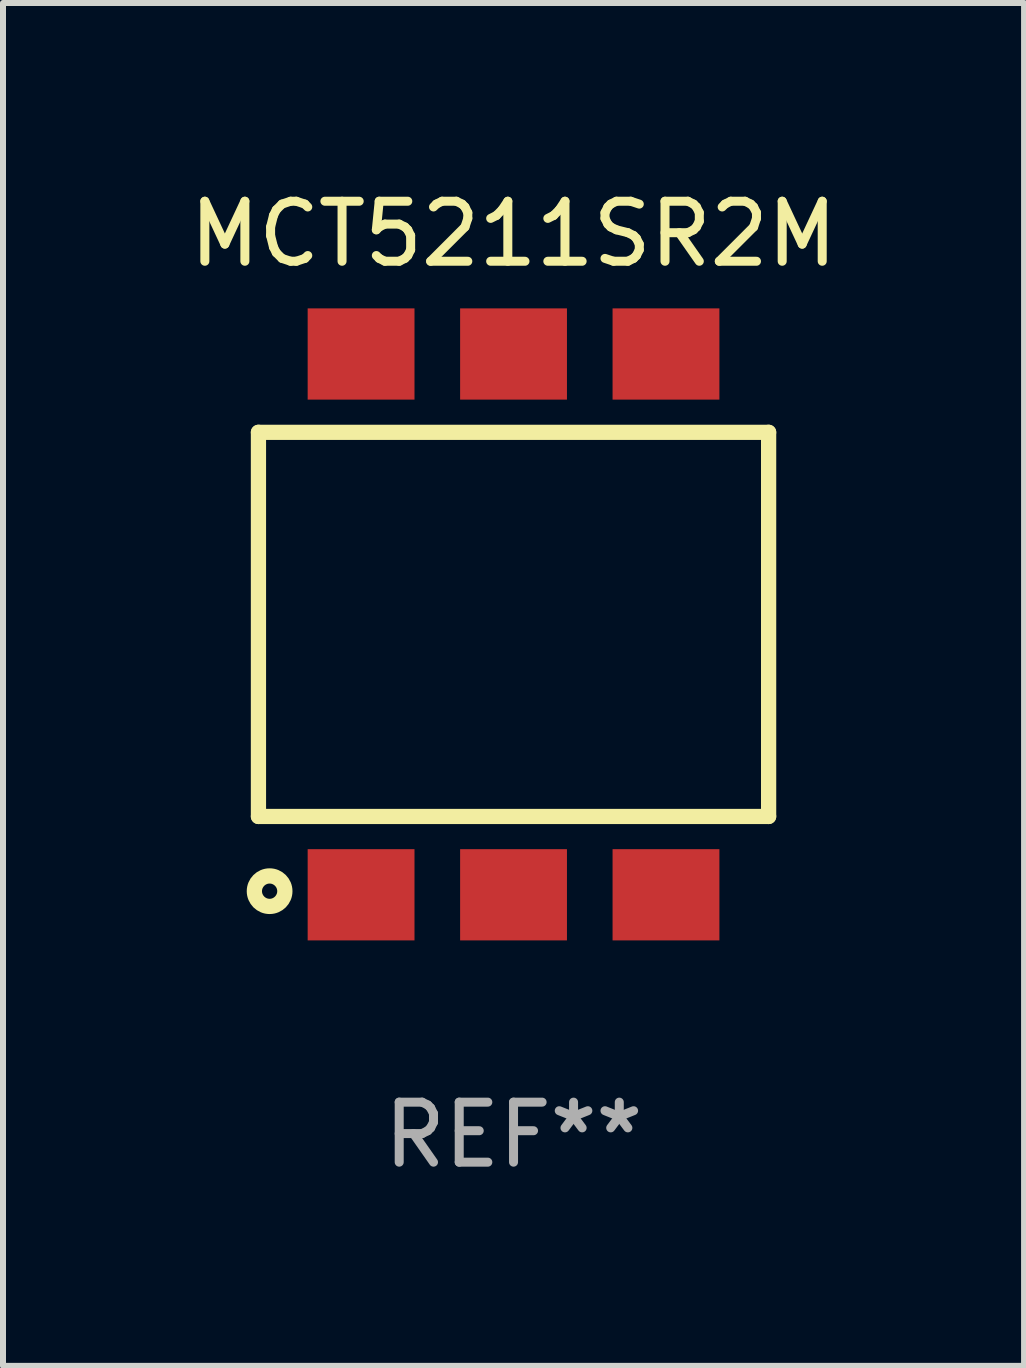
<source format=kicad_pcb>
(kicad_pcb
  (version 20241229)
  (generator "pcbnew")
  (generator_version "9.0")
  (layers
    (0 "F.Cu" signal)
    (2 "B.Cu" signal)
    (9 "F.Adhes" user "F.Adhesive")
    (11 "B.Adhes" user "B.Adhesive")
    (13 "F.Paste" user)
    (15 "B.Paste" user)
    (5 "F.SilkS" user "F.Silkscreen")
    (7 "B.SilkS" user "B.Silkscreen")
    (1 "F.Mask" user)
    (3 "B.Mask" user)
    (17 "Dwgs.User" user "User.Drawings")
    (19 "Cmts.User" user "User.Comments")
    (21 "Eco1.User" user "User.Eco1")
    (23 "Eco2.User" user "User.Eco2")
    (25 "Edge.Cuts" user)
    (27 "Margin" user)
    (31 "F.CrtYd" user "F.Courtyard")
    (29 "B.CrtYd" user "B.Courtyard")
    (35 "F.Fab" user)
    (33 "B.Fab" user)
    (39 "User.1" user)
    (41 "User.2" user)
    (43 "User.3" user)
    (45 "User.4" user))
  (footprint "MCT5211SR2M"
    (layer "F.Cu")
    (at 5.506 7.353)
    (property "Reference" "MCT5211SR2M" (at 0 -6.505 0) (layer "F.SilkS") (effects (font (size 1 1) (thickness 0.15))))
    (attr through_hole)
    (fp_line (start -4.25 3.2) (end -4.25 -3.2) (stroke (width 0.254) (type solid)) (layer "F.SilkS"))
    (fp_line (start -4.25 -3.2) (end 4.25 -3.2) (stroke (width 0.254) (type solid)) (layer "F.SilkS"))
    (fp_line (start 4.25 3.2) (end -4.25 3.2) (stroke (width 0.254) (type solid)) (layer "F.SilkS"))
    (fp_line (start 4.25 3.2) (end 4.25 -3.2) (stroke (width 0.254) (type solid)) (layer "F.SilkS"))
    (fp_circle (center -4.064 4.445) (end -3.81 4.445) (stroke (width 0.254) (type solid)) (fill no) (layer "F.SilkS"))
    (fp_text user "REF**" (at 0 8.505 0) (layer "F.Fab") (effects (font (size 1 1) (thickness 0.15))))
    (pad "1" smd rect (at -2.54 4.505) (size 1.78 1.52) (layers "F.Cu" "F.Mask" "F.Paste"))
    (pad "2" smd rect (at 0 4.505) (size 1.78 1.52) (layers "F.Cu" "F.Mask" "F.Paste"))
    (pad "3" smd rect (at 2.54 4.505) (size 1.78 1.52) (layers "F.Cu" "F.Mask" "F.Paste"))
    (pad "4" smd rect (at 2.54 -4.505) (size 1.78 1.52) (layers "F.Cu" "F.Mask" "F.Paste"))
    (pad "5" smd rect (at 0 -4.505) (size 1.78 1.52) (layers "F.Cu" "F.Mask" "F.Paste"))
    (pad "6" smd rect (at -2.54 -4.505) (size 1.78 1.52) (layers "F.Cu" "F.Mask" "F.Paste")))
  (gr_rect
    (start -3 -3)
    (end 14.012 19.707)
    (stroke (width 0.1) (type default))
    (fill no)
    (layer "Edge.Cuts")))
</source>
